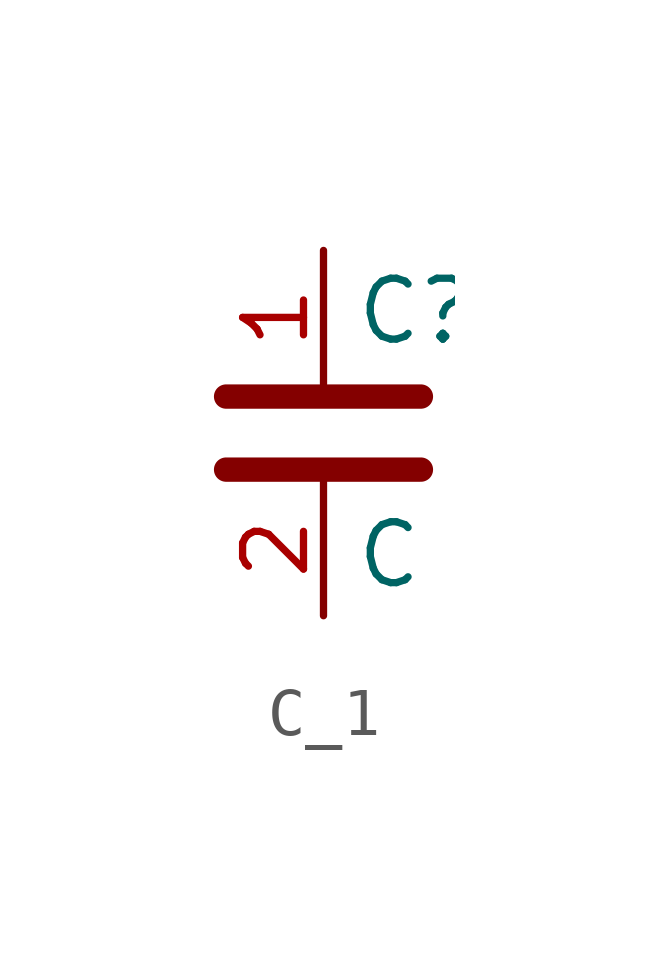
<source format=kicad_sym>
(kicad_symbol_lib
  (version 20231120)
  (generator "kicad_symbol_editor")
  (generator_version "8.0")
  (symbol "C_1"
    (pin_names
      (offset 0.254) hide)
    (property "Reference" "C"
      (at 0.635 2.54 0)
      (effects (font (size 1.27 1.27)) (justify left)))
    (property "Value" "C"
      (at 0.635 -2.54 0)
      (effects (font (size 1.27 1.27)) (justify left)))
    (symbol "C_1_0_1"
      (polyline (pts (xy -2.032 -0.762) (xy 2.032 -0.762)) (stroke (width 0.508) (type default)) (fill (type none)))
      (polyline (pts (xy -2.032 0.762) (xy 2.032 0.762)) (stroke (width 0.508) (type default)) (fill (type none))))
    (symbol "C_1_1_1"
      (pin passive line (at 0 3.81 270) (length 2.794) (name "~" (effects (font (size 1.27 1.27)))) (number "1" (effects (font (size 1.27 1.27)))))
      (pin passive line (at 0 -3.81 90) (length 2.794) (name "~" (effects (font (size 1.27 1.27)))) (number "2" (effects (font (size 1.27 1.27))))))))
</source>
